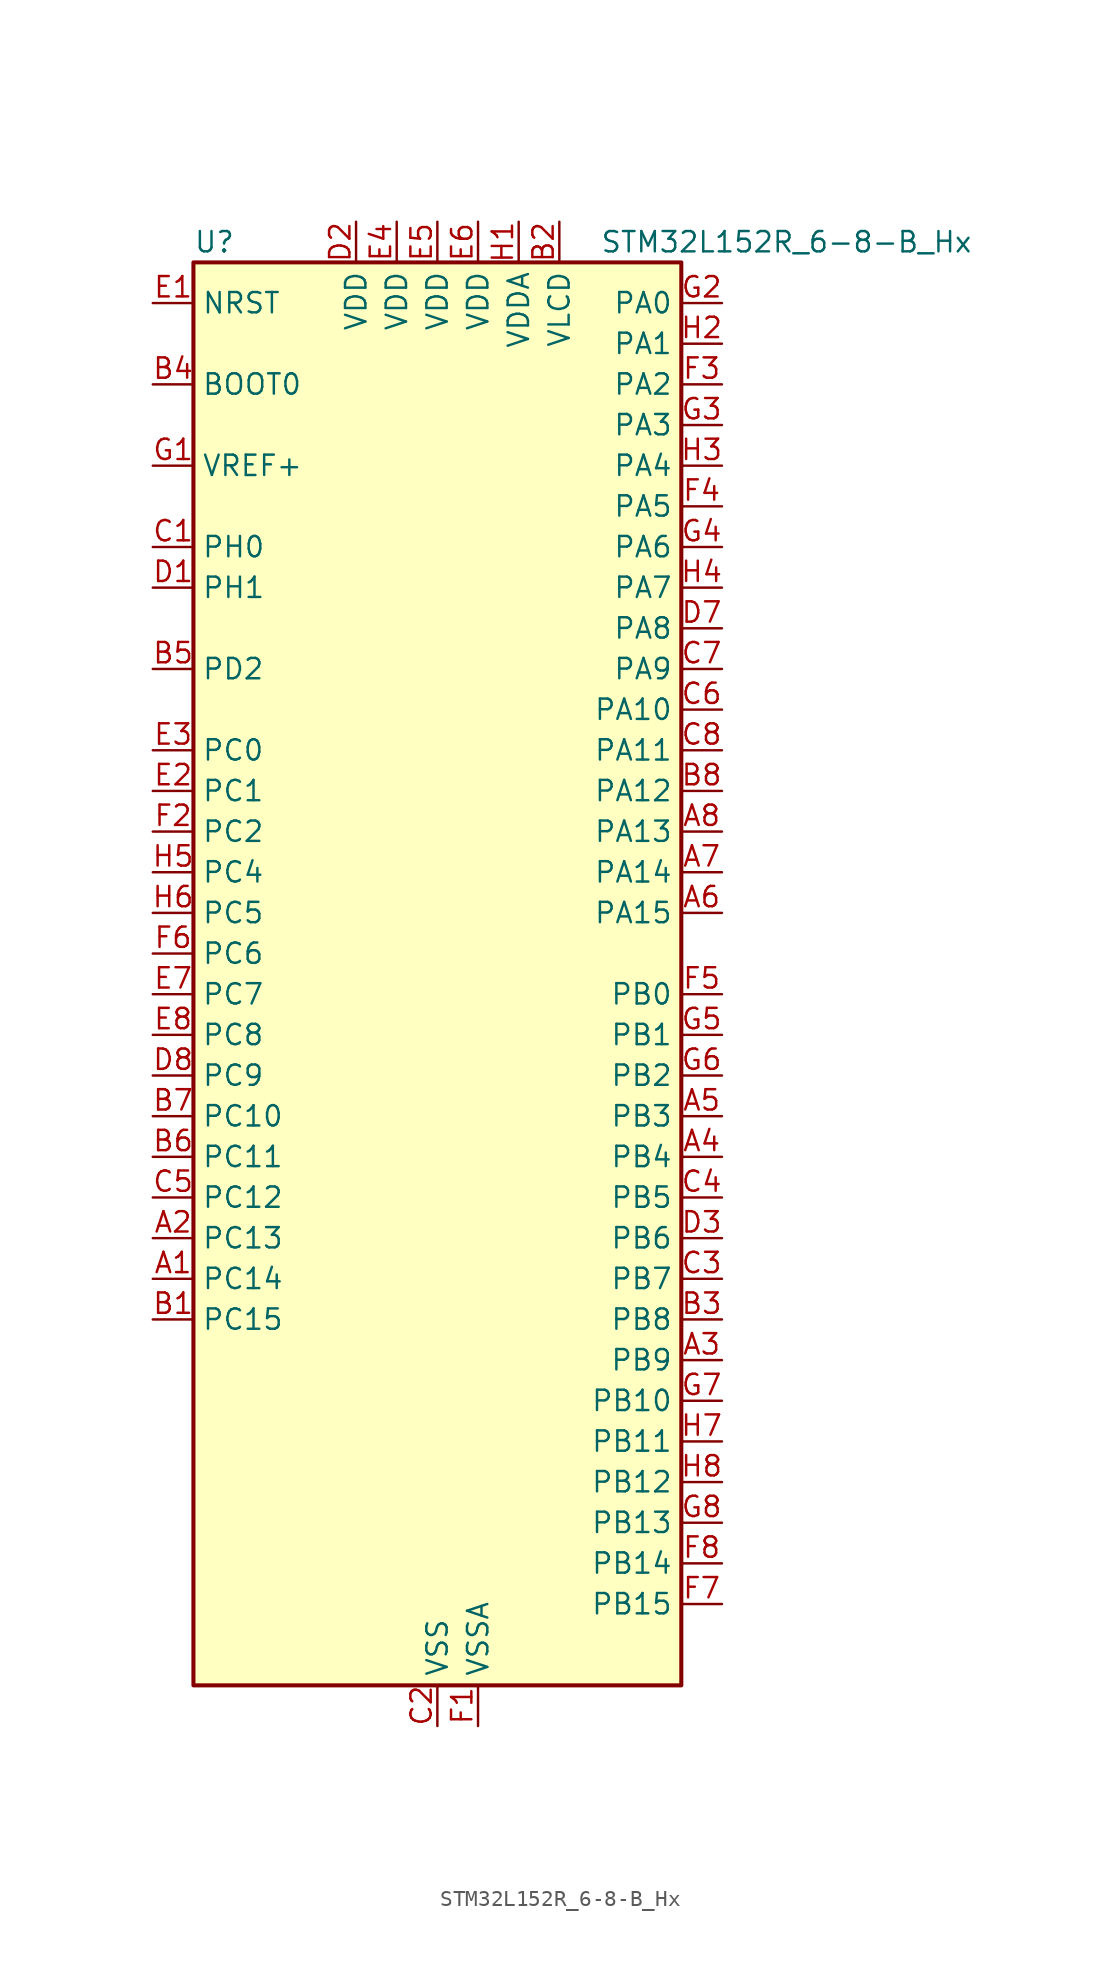
<source format=kicad_sym>
(kicad_symbol_lib
  (version 20220914)
  (generator kicad_symbol_editor)
  (symbol "STM32L152R_6-8-B_Hx"
    (property "Reference" "U"
      (at -15.24 46.99 0)
      (effects (font (size 1.27 1.27)) (justify left)))
    (property "Value" "STM32L152R_6-8-B_Hx"
      (at 10.16 46.99 0)
      (effects (font (size 1.27 1.27)) (justify left)))
    (property "ki_locked" ""
      (at 0 0 0)
      (effects (font (size 1.27 1.27))))
    (symbol "STM32L152R_6-8-B_Hx_0_1"
      (rectangle (start -15.24 -43.18) (end 15.24 45.72) (stroke (width 0.254) (type default)) (fill (type background))))
    (symbol "STM32L152R_6-8-B_Hx_1_1"
      (pin bidirectional line (at -17.78 -17.78 0) (length 2.54) (name "PC14" (effects (font (size 1.27 1.27)))) (number "A1" (effects (font (size 1.27 1.27)))) (alternate "RCC_OSC32_IN" bidirectional line) (alternate "TIMX_IC3" bidirectional line))
      (pin bidirectional line (at -17.78 -15.24 0) (length 2.54) (name "PC13" (effects (font (size 1.27 1.27)))) (number "A2" (effects (font (size 1.27 1.27)))) (alternate "RTC_OUT_ALARM" bidirectional line) (alternate "RTC_OUT_CALIB" bidirectional line) (alternate "RTC_TAMP1" bidirectional line) (alternate "RTC_TS" bidirectional line) (alternate "SYS_WKUP2" bidirectional line) (alternate "TIMX_IC2" bidirectional line))
      (pin bidirectional line (at 17.78 -22.86 180) (length 2.54) (name "PB9" (effects (font (size 1.27 1.27)))) (number "A3" (effects (font (size 1.27 1.27)))) (alternate "DAC_EXTI9" bidirectional line) (alternate "I2C1_SDA" bidirectional line) (alternate "LCD_COM3" bidirectional line) (alternate "TIM11_CH1" bidirectional line) (alternate "TIM4_CH4" bidirectional line))
      (pin bidirectional line (at 17.78 -10.16 180) (length 2.54) (name "PB4" (effects (font (size 1.27 1.27)))) (number "A4" (effects (font (size 1.27 1.27)))) (alternate "COMP2_INP" bidirectional line) (alternate "LCD_SEG8" bidirectional line) (alternate "SPI1_MISO" bidirectional line) (alternate "SYS_JTRST" bidirectional line) (alternate "TIM3_CH1" bidirectional line) (alternate "TS_G6_IO1" bidirectional line))
      (pin bidirectional line (at 17.78 -7.62 180) (length 2.54) (name "PB3" (effects (font (size 1.27 1.27)))) (number "A5" (effects (font (size 1.27 1.27)))) (alternate "COMP2_INM" bidirectional line) (alternate "LCD_SEG7" bidirectional line) (alternate "SPI1_SCK" bidirectional line) (alternate "SYS_JTDO-TRACESWO" bidirectional line) (alternate "TIM2_CH2" bidirectional line))
      (pin bidirectional line (at 17.78 5.08 180) (length 2.54) (name "PA15" (effects (font (size 1.27 1.27)))) (number "A6" (effects (font (size 1.27 1.27)))) (alternate "ADC_EXTI15" bidirectional line) (alternate "LCD_SEG17" bidirectional line) (alternate "SPI1_NSS" bidirectional line) (alternate "SYS_JTDI" bidirectional line) (alternate "TIM2_CH1" bidirectional line) (alternate "TIM2_ETR" bidirectional line) (alternate "TIMX_IC4" bidirectional line) (alternate "TS_G5_IO3" bidirectional line))
      (pin bidirectional line (at 17.78 7.62 180) (length 2.54) (name "PA14" (effects (font (size 1.27 1.27)))) (number "A7" (effects (font (size 1.27 1.27)))) (alternate "SYS_JTCK-SWCLK" bidirectional line) (alternate "TIMX_IC3" bidirectional line) (alternate "TS_G5_IO2" bidirectional line))
      (pin bidirectional line (at 17.78 10.16 180) (length 2.54) (name "PA13" (effects (font (size 1.27 1.27)))) (number "A8" (effects (font (size 1.27 1.27)))) (alternate "SYS_JTMS-SWDIO" bidirectional line) (alternate "TIMX_IC2" bidirectional line) (alternate "TS_G5_IO1" bidirectional line))
      (pin bidirectional line (at -17.78 -20.32 0) (length 2.54) (name "PC15" (effects (font (size 1.27 1.27)))) (number "B1" (effects (font (size 1.27 1.27)))) (alternate "ADC_EXTI15" bidirectional line) (alternate "RCC_OSC32_OUT" bidirectional line) (alternate "TIMX_IC4" bidirectional line))
      (pin power_in line (at 7.62 48.26 270) (length 2.54) (name "VLCD" (effects (font (size 1.27 1.27)))) (number "B2" (effects (font (size 1.27 1.27)))))
      (pin bidirectional line (at 17.78 -20.32 180) (length 2.54) (name "PB8" (effects (font (size 1.27 1.27)))) (number "B3" (effects (font (size 1.27 1.27)))) (alternate "I2C1_SCL" bidirectional line) (alternate "LCD_SEG16" bidirectional line) (alternate "TIM10_CH1" bidirectional line) (alternate "TIM4_CH3" bidirectional line))
      (pin input line (at -17.78 38.1 0) (length 2.54) (name "BOOT0" (effects (font (size 1.27 1.27)))) (number "B4" (effects (font (size 1.27 1.27)))))
      (pin bidirectional line (at -17.78 20.32 0) (length 2.54) (name "PD2" (effects (font (size 1.27 1.27)))) (number "B5" (effects (font (size 1.27 1.27)))) (alternate "LCD_COM7" bidirectional line) (alternate "LCD_SEG31" bidirectional line) (alternate "TIM3_ETR" bidirectional line) (alternate "TIMX_IC3" bidirectional line))
      (pin bidirectional line (at -17.78 -10.16 0) (length 2.54) (name "PC11" (effects (font (size 1.27 1.27)))) (number "B6" (effects (font (size 1.27 1.27)))) (alternate "ADC_EXTI11" bidirectional line) (alternate "LCD_COM5" bidirectional line) (alternate "LCD_SEG29" bidirectional line) (alternate "TIMX_IC4" bidirectional line) (alternate "USART3_RX" bidirectional line))
      (pin bidirectional line (at -17.78 -7.62 0) (length 2.54) (name "PC10" (effects (font (size 1.27 1.27)))) (number "B7" (effects (font (size 1.27 1.27)))) (alternate "LCD_COM4" bidirectional line) (alternate "LCD_SEG28" bidirectional line) (alternate "TIMX_IC3" bidirectional line) (alternate "USART3_TX" bidirectional line))
      (pin bidirectional line (at 17.78 12.7 180) (length 2.54) (name "PA12" (effects (font (size 1.27 1.27)))) (number "B8" (effects (font (size 1.27 1.27)))) (alternate "SPI1_MOSI" bidirectional line) (alternate "TIMX_IC1" bidirectional line) (alternate "USART1_RTS" bidirectional line) (alternate "USB_DP" bidirectional line))
      (pin bidirectional line (at -17.78 27.94 0) (length 2.54) (name "PH0" (effects (font (size 1.27 1.27)))) (number "C1" (effects (font (size 1.27 1.27)))) (alternate "RCC_OSC_IN" bidirectional line))
      (pin power_in line (at 0 -45.72 90) (length 2.54) (name "VSS" (effects (font (size 1.27 1.27)))) (number "C2" (effects (font (size 1.27 1.27)))))
      (pin bidirectional line (at 17.78 -17.78 180) (length 2.54) (name "PB7" (effects (font (size 1.27 1.27)))) (number "C3" (effects (font (size 1.27 1.27)))) (alternate "I2C1_SDA" bidirectional line) (alternate "SYS_PVD_IN" bidirectional line) (alternate "TIM4_CH2" bidirectional line) (alternate "USART1_RX" bidirectional line))
      (pin bidirectional line (at 17.78 -12.7 180) (length 2.54) (name "PB5" (effects (font (size 1.27 1.27)))) (number "C4" (effects (font (size 1.27 1.27)))) (alternate "COMP2_INP" bidirectional line) (alternate "I2C1_SMBA" bidirectional line) (alternate "LCD_SEG9" bidirectional line) (alternate "SPI1_MOSI" bidirectional line) (alternate "TIM3_CH2" bidirectional line) (alternate "TS_G6_IO2" bidirectional line))
      (pin bidirectional line (at -17.78 -12.7 0) (length 2.54) (name "PC12" (effects (font (size 1.27 1.27)))) (number "C5" (effects (font (size 1.27 1.27)))) (alternate "LCD_COM6" bidirectional line) (alternate "LCD_SEG30" bidirectional line) (alternate "TIMX_IC1" bidirectional line) (alternate "USART3_CK" bidirectional line))
      (pin bidirectional line (at 17.78 17.78 180) (length 2.54) (name "PA10" (effects (font (size 1.27 1.27)))) (number "C6" (effects (font (size 1.27 1.27)))) (alternate "LCD_COM2" bidirectional line) (alternate "TIMX_IC3" bidirectional line) (alternate "TS_G4_IO3" bidirectional line) (alternate "USART1_RX" bidirectional line))
      (pin bidirectional line (at 17.78 20.32 180) (length 2.54) (name "PA9" (effects (font (size 1.27 1.27)))) (number "C7" (effects (font (size 1.27 1.27)))) (alternate "DAC_EXTI9" bidirectional line) (alternate "LCD_COM1" bidirectional line) (alternate "TIMX_IC2" bidirectional line) (alternate "TS_G4_IO2" bidirectional line) (alternate "USART1_TX" bidirectional line))
      (pin bidirectional line (at 17.78 15.24 180) (length 2.54) (name "PA11" (effects (font (size 1.27 1.27)))) (number "C8" (effects (font (size 1.27 1.27)))) (alternate "ADC_EXTI11" bidirectional line) (alternate "SPI1_MISO" bidirectional line) (alternate "TIMX_IC4" bidirectional line) (alternate "USART1_CTS" bidirectional line) (alternate "USB_DM" bidirectional line))
      (pin bidirectional line (at -17.78 25.4 0) (length 2.54) (name "PH1" (effects (font (size 1.27 1.27)))) (number "D1" (effects (font (size 1.27 1.27)))) (alternate "RCC_OSC_OUT" bidirectional line))
      (pin power_in line (at -5.08 48.26 270) (length 2.54) (name "VDD" (effects (font (size 1.27 1.27)))) (number "D2" (effects (font (size 1.27 1.27)))))
      (pin bidirectional line (at 17.78 -15.24 180) (length 2.54) (name "PB6" (effects (font (size 1.27 1.27)))) (number "D3" (effects (font (size 1.27 1.27)))) (alternate "I2C1_SCL" bidirectional line) (alternate "TIM4_CH1" bidirectional line) (alternate "USART1_TX" bidirectional line))
      (pin passive line (at 0 -45.72 90) (length 2.54) hide (name "VSS" (effects (font (size 1.27 1.27)))) (number "D4" (effects (font (size 1.27 1.27)))))
      (pin passive line (at 0 -45.72 90) (length 2.54) hide (name "VSS" (effects (font (size 1.27 1.27)))) (number "D5" (effects (font (size 1.27 1.27)))))
      (pin passive line (at 0 -45.72 90) (length 2.54) hide (name "VSS" (effects (font (size 1.27 1.27)))) (number "D6" (effects (font (size 1.27 1.27)))))
      (pin bidirectional line (at 17.78 22.86 180) (length 2.54) (name "PA8" (effects (font (size 1.27 1.27)))) (number "D7" (effects (font (size 1.27 1.27)))) (alternate "LCD_COM0" bidirectional line) (alternate "RCC_MCO" bidirectional line) (alternate "TIMX_IC1" bidirectional line) (alternate "TS_G4_IO1" bidirectional line) (alternate "USART1_CK" bidirectional line))
      (pin bidirectional line (at -17.78 -5.08 0) (length 2.54) (name "PC9" (effects (font (size 1.27 1.27)))) (number "D8" (effects (font (size 1.27 1.27)))) (alternate "DAC_EXTI9" bidirectional line) (alternate "LCD_SEG27" bidirectional line) (alternate "TIM3_CH4" bidirectional line) (alternate "TIMX_IC2" bidirectional line) (alternate "TS_G10_IO4" bidirectional line))
      (pin input line (at -17.78 43.18 0) (length 2.54) (name "NRST" (effects (font (size 1.27 1.27)))) (number "E1" (effects (font (size 1.27 1.27)))))
      (pin bidirectional line (at -17.78 12.7 0) (length 2.54) (name "PC1" (effects (font (size 1.27 1.27)))) (number "E2" (effects (font (size 1.27 1.27)))) (alternate "ADC_IN11" bidirectional line) (alternate "COMP1_INP" bidirectional line) (alternate "LCD_SEG19" bidirectional line) (alternate "TIMX_IC2" bidirectional line) (alternate "TS_G8_IO2" bidirectional line))
      (pin bidirectional line (at -17.78 15.24 0) (length 2.54) (name "PC0" (effects (font (size 1.27 1.27)))) (number "E3" (effects (font (size 1.27 1.27)))) (alternate "ADC_IN10" bidirectional line) (alternate "COMP1_INP" bidirectional line) (alternate "LCD_SEG18" bidirectional line) (alternate "TIMX_IC1" bidirectional line) (alternate "TS_G8_IO1" bidirectional line))
      (pin power_in line (at -2.54 48.26 270) (length 2.54) (name "VDD" (effects (font (size 1.27 1.27)))) (number "E4" (effects (font (size 1.27 1.27)))))
      (pin power_in line (at 0 48.26 270) (length 2.54) (name "VDD" (effects (font (size 1.27 1.27)))) (number "E5" (effects (font (size 1.27 1.27)))))
      (pin power_in line (at 2.54 48.26 270) (length 2.54) (name "VDD" (effects (font (size 1.27 1.27)))) (number "E6" (effects (font (size 1.27 1.27)))))
      (pin bidirectional line (at -17.78 0 0) (length 2.54) (name "PC7" (effects (font (size 1.27 1.27)))) (number "E7" (effects (font (size 1.27 1.27)))) (alternate "LCD_SEG25" bidirectional line) (alternate "TIM3_CH2" bidirectional line) (alternate "TIMX_IC4" bidirectional line) (alternate "TS_G10_IO2" bidirectional line))
      (pin bidirectional line (at -17.78 -2.54 0) (length 2.54) (name "PC8" (effects (font (size 1.27 1.27)))) (number "E8" (effects (font (size 1.27 1.27)))) (alternate "LCD_SEG26" bidirectional line) (alternate "TIM3_CH3" bidirectional line) (alternate "TIMX_IC1" bidirectional line) (alternate "TS_G10_IO3" bidirectional line))
      (pin power_in line (at 2.54 -45.72 90) (length 2.54) (name "VSSA" (effects (font (size 1.27 1.27)))) (number "F1" (effects (font (size 1.27 1.27)))))
      (pin bidirectional line (at -17.78 10.16 0) (length 2.54) (name "PC2" (effects (font (size 1.27 1.27)))) (number "F2" (effects (font (size 1.27 1.27)))) (alternate "ADC_IN12" bidirectional line) (alternate "COMP1_INP" bidirectional line) (alternate "LCD_SEG20" bidirectional line) (alternate "TIMX_IC3" bidirectional line) (alternate "TS_G8_IO3" bidirectional line))
      (pin bidirectional line (at 17.78 38.1 180) (length 2.54) (name "PA2" (effects (font (size 1.27 1.27)))) (number "F3" (effects (font (size 1.27 1.27)))) (alternate "ADC_IN2" bidirectional line) (alternate "COMP1_INP" bidirectional line) (alternate "LCD_SEG1" bidirectional line) (alternate "TIM2_CH3" bidirectional line) (alternate "TIM9_CH1" bidirectional line) (alternate "TIMX_IC3" bidirectional line) (alternate "TS_G1_IO3" bidirectional line) (alternate "USART2_TX" bidirectional line))
      (pin bidirectional line (at 17.78 30.48 180) (length 2.54) (name "PA5" (effects (font (size 1.27 1.27)))) (number "F4" (effects (font (size 1.27 1.27)))) (alternate "ADC_IN5" bidirectional line) (alternate "COMP1_INP" bidirectional line) (alternate "DAC_OUT2" bidirectional line) (alternate "SPI1_SCK" bidirectional line) (alternate "TIM2_CH1" bidirectional line) (alternate "TIM2_ETR" bidirectional line) (alternate "TIMX_IC2" bidirectional line))
      (pin bidirectional line (at 17.78 0 180) (length 2.54) (name "PB0" (effects (font (size 1.27 1.27)))) (number "F5" (effects (font (size 1.27 1.27)))) (alternate "ADC_IN8" bidirectional line) (alternate "COMP1_INP" bidirectional line) (alternate "LCD_SEG5" bidirectional line) (alternate "SYS_V_REF_OUT" bidirectional line) (alternate "TIM3_CH3" bidirectional line) (alternate "TS_G3_IO1" bidirectional line))
      (pin bidirectional line (at -17.78 2.54 0) (length 2.54) (name "PC6" (effects (font (size 1.27 1.27)))) (number "F6" (effects (font (size 1.27 1.27)))) (alternate "LCD_SEG24" bidirectional line) (alternate "TIM3_CH1" bidirectional line) (alternate "TIMX_IC3" bidirectional line) (alternate "TS_G10_IO1" bidirectional line))
      (pin bidirectional line (at 17.78 -38.1 180) (length 2.54) (name "PB15" (effects (font (size 1.27 1.27)))) (number "F7" (effects (font (size 1.27 1.27)))) (alternate "ADC_EXTI15" bidirectional line) (alternate "ADC_IN21" bidirectional line) (alternate "COMP1_INP" bidirectional line) (alternate "LCD_SEG15" bidirectional line) (alternate "RTC_REFIN" bidirectional line) (alternate "SPI2_MOSI" bidirectional line) (alternate "TIM11_CH1" bidirectional line) (alternate "TS_G7_IO4" bidirectional line))
      (pin bidirectional line (at 17.78 -35.56 180) (length 2.54) (name "PB14" (effects (font (size 1.27 1.27)))) (number "F8" (effects (font (size 1.27 1.27)))) (alternate "ADC_IN20" bidirectional line) (alternate "COMP1_INP" bidirectional line) (alternate "LCD_SEG14" bidirectional line) (alternate "SPI2_MISO" bidirectional line) (alternate "TIM9_CH2" bidirectional line) (alternate "TS_G7_IO3" bidirectional line) (alternate "USART3_RTS" bidirectional line))
      (pin input line (at -17.78 33.02 0) (length 2.54) (name "VREF+" (effects (font (size 1.27 1.27)))) (number "G1" (effects (font (size 1.27 1.27)))))
      (pin bidirectional line (at 17.78 43.18 180) (length 2.54) (name "PA0" (effects (font (size 1.27 1.27)))) (number "G2" (effects (font (size 1.27 1.27)))) (alternate "ADC_IN0" bidirectional line) (alternate "COMP1_INP" bidirectional line) (alternate "SYS_WKUP1" bidirectional line) (alternate "TIM2_CH1" bidirectional line) (alternate "TIM2_ETR" bidirectional line) (alternate "TIMX_IC1" bidirectional line) (alternate "TS_G1_IO1" bidirectional line) (alternate "USART2_CTS" bidirectional line))
      (pin bidirectional line (at 17.78 35.56 180) (length 2.54) (name "PA3" (effects (font (size 1.27 1.27)))) (number "G3" (effects (font (size 1.27 1.27)))) (alternate "ADC_IN3" bidirectional line) (alternate "COMP1_INP" bidirectional line) (alternate "LCD_SEG2" bidirectional line) (alternate "TIM2_CH4" bidirectional line) (alternate "TIM9_CH2" bidirectional line) (alternate "TIMX_IC4" bidirectional line) (alternate "TS_G1_IO4" bidirectional line) (alternate "USART2_RX" bidirectional line))
      (pin bidirectional line (at 17.78 27.94 180) (length 2.54) (name "PA6" (effects (font (size 1.27 1.27)))) (number "G4" (effects (font (size 1.27 1.27)))) (alternate "ADC_IN6" bidirectional line) (alternate "COMP1_INP" bidirectional line) (alternate "LCD_SEG3" bidirectional line) (alternate "SPI1_MISO" bidirectional line) (alternate "TIM10_CH1" bidirectional line) (alternate "TIM3_CH1" bidirectional line) (alternate "TIMX_IC3" bidirectional line) (alternate "TS_G2_IO1" bidirectional line))
      (pin bidirectional line (at 17.78 -2.54 180) (length 2.54) (name "PB1" (effects (font (size 1.27 1.27)))) (number "G5" (effects (font (size 1.27 1.27)))) (alternate "ADC_IN9" bidirectional line) (alternate "COMP1_INP" bidirectional line) (alternate "LCD_SEG6" bidirectional line) (alternate "SYS_V_REF_OUT" bidirectional line) (alternate "TIM3_CH4" bidirectional line) (alternate "TS_G3_IO2" bidirectional line))
      (pin bidirectional line (at 17.78 -5.08 180) (length 2.54) (name "PB2" (effects (font (size 1.27 1.27)))) (number "G6" (effects (font (size 1.27 1.27)))))
      (pin bidirectional line (at 17.78 -25.4 180) (length 2.54) (name "PB10" (effects (font (size 1.27 1.27)))) (number "G7" (effects (font (size 1.27 1.27)))) (alternate "I2C2_SCL" bidirectional line) (alternate "LCD_SEG10" bidirectional line) (alternate "TIM2_CH3" bidirectional line) (alternate "USART3_TX" bidirectional line))
      (pin bidirectional line (at 17.78 -33.02 180) (length 2.54) (name "PB13" (effects (font (size 1.27 1.27)))) (number "G8" (effects (font (size 1.27 1.27)))) (alternate "ADC_IN19" bidirectional line) (alternate "COMP1_INP" bidirectional line) (alternate "LCD_SEG13" bidirectional line) (alternate "SPI2_SCK" bidirectional line) (alternate "TIM9_CH1" bidirectional line) (alternate "TS_G7_IO2" bidirectional line) (alternate "USART3_CTS" bidirectional line))
      (pin power_in line (at 5.08 48.26 270) (length 2.54) (name "VDDA" (effects (font (size 1.27 1.27)))) (number "H1" (effects (font (size 1.27 1.27)))))
      (pin bidirectional line (at 17.78 40.64 180) (length 2.54) (name "PA1" (effects (font (size 1.27 1.27)))) (number "H2" (effects (font (size 1.27 1.27)))) (alternate "ADC_IN1" bidirectional line) (alternate "COMP1_INP" bidirectional line) (alternate "LCD_SEG0" bidirectional line) (alternate "TIM2_CH2" bidirectional line) (alternate "TIMX_IC2" bidirectional line) (alternate "TS_G1_IO2" bidirectional line) (alternate "USART2_RTS" bidirectional line))
      (pin bidirectional line (at 17.78 33.02 180) (length 2.54) (name "PA4" (effects (font (size 1.27 1.27)))) (number "H3" (effects (font (size 1.27 1.27)))) (alternate "ADC_IN4" bidirectional line) (alternate "COMP1_INP" bidirectional line) (alternate "DAC_OUT1" bidirectional line) (alternate "SPI1_NSS" bidirectional line) (alternate "TIMX_IC1" bidirectional line) (alternate "USART2_CK" bidirectional line))
      (pin bidirectional line (at 17.78 25.4 180) (length 2.54) (name "PA7" (effects (font (size 1.27 1.27)))) (number "H4" (effects (font (size 1.27 1.27)))) (alternate "ADC_IN7" bidirectional line) (alternate "COMP1_INP" bidirectional line) (alternate "LCD_SEG4" bidirectional line) (alternate "SPI1_MOSI" bidirectional line) (alternate "TIM11_CH1" bidirectional line) (alternate "TIM3_CH2" bidirectional line) (alternate "TIMX_IC4" bidirectional line) (alternate "TS_G2_IO2" bidirectional line))
      (pin bidirectional line (at -17.78 7.62 0) (length 2.54) (name "PC4" (effects (font (size 1.27 1.27)))) (number "H5" (effects (font (size 1.27 1.27)))) (alternate "ADC_IN14" bidirectional line) (alternate "COMP1_INP" bidirectional line) (alternate "LCD_SEG22" bidirectional line) (alternate "TIMX_IC1" bidirectional line) (alternate "TS_G9_IO1" bidirectional line))
      (pin bidirectional line (at -17.78 5.08 0) (length 2.54) (name "PC5" (effects (font (size 1.27 1.27)))) (number "H6" (effects (font (size 1.27 1.27)))) (alternate "ADC_IN15" bidirectional line) (alternate "COMP1_INP" bidirectional line) (alternate "LCD_SEG23" bidirectional line) (alternate "TIMX_IC2" bidirectional line) (alternate "TS_G9_IO2" bidirectional line))
      (pin bidirectional line (at 17.78 -27.94 180) (length 2.54) (name "PB11" (effects (font (size 1.27 1.27)))) (number "H7" (effects (font (size 1.27 1.27)))) (alternate "ADC_EXTI11" bidirectional line) (alternate "I2C2_SDA" bidirectional line) (alternate "LCD_SEG11" bidirectional line) (alternate "TIM2_CH4" bidirectional line) (alternate "USART3_RX" bidirectional line))
      (pin bidirectional line (at 17.78 -30.48 180) (length 2.54) (name "PB12" (effects (font (size 1.27 1.27)))) (number "H8" (effects (font (size 1.27 1.27)))) (alternate "ADC_IN18" bidirectional line) (alternate "COMP1_INP" bidirectional line) (alternate "I2C2_SMBA" bidirectional line) (alternate "LCD_SEG12" bidirectional line) (alternate "SPI2_NSS" bidirectional line) (alternate "TIM10_CH1" bidirectional line) (alternate "TS_G7_IO1" bidirectional line) (alternate "USART3_CK" bidirectional line)))))
</source>
